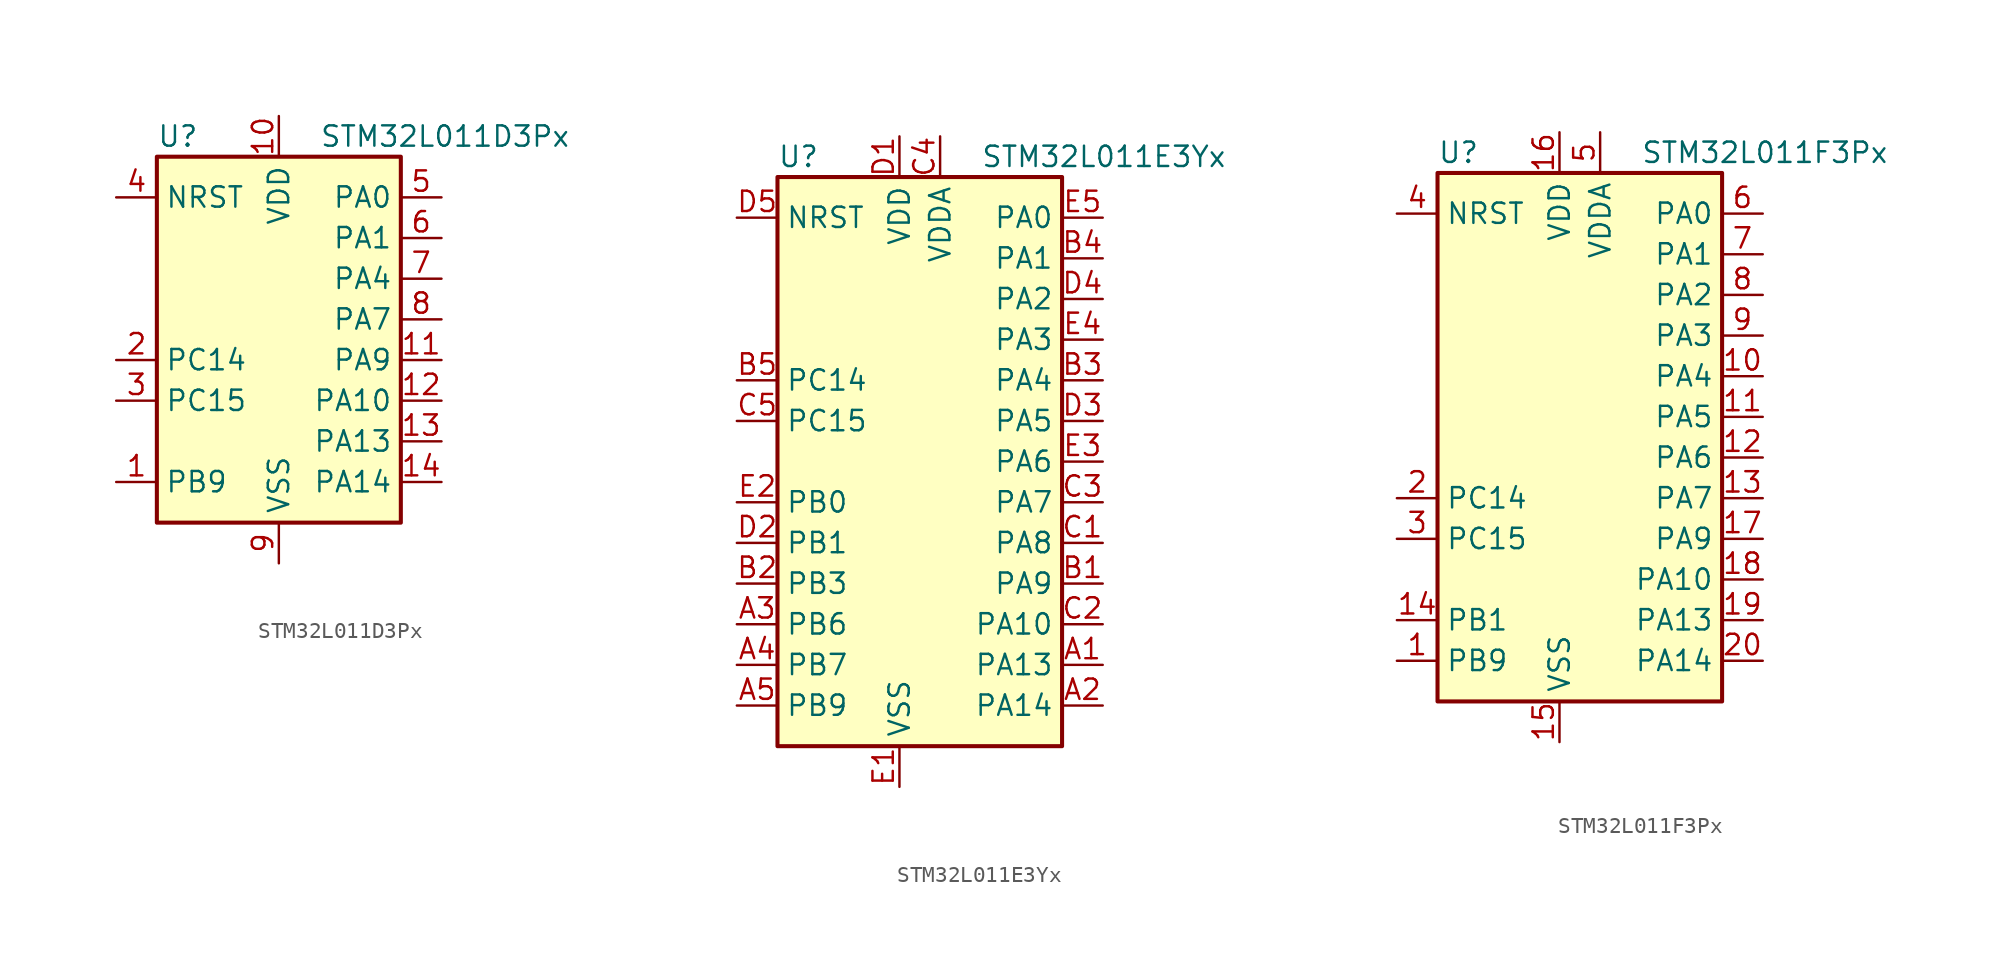
<source format=kicad_sym>
(kicad_symbol_lib
  (version 20201005)
  (generator kicad_symbol_editor)
  (symbol "MCU_ST_STM32L0:STM32L011D3Px"
    (property "Reference" "U"
      (at -7.62 11.43 0)
      (effects (font (size 1.27 1.27)) (justify left)))
    (property "Value" "STM32L011D3Px"
      (at 2.54 11.43 0)
      (effects (font (size 1.27 1.27)) (justify left)))
    (symbol "STM32L011D3Px_0_1"
      (rectangle (start -7.62 -12.7) (end 7.62 10.16) (stroke (width 0.254)) (fill (type background))))
    (symbol "STM32L011D3Px_1_1"
      (pin input line (at -10.16 7.62 0) (length 2.54) (name "NRST" (effects (font (size 1.27 1.27)))) (number "4" (effects (font (size 1.27 1.27)))))
      (pin bidirectional line (at 10.16 7.62 180) (length 2.54) (name "PA0" (effects (font (size 1.27 1.27)))) (number "5" (effects (font (size 1.27 1.27)))))
      (pin bidirectional line (at 10.16 5.08 180) (length 2.54) (name "PA1" (effects (font (size 1.27 1.27)))) (number "6" (effects (font (size 1.27 1.27)))))
      (pin bidirectional line (at 10.16 -5.08 180) (length 2.54) (name "PA10" (effects (font (size 1.27 1.27)))) (number "12" (effects (font (size 1.27 1.27)))))
      (pin bidirectional line (at 10.16 -7.62 180) (length 2.54) (name "PA13" (effects (font (size 1.27 1.27)))) (number "13" (effects (font (size 1.27 1.27)))))
      (pin bidirectional line (at 10.16 -10.16 180) (length 2.54) (name "PA14" (effects (font (size 1.27 1.27)))) (number "14" (effects (font (size 1.27 1.27)))))
      (pin bidirectional line (at 10.16 2.54 180) (length 2.54) (name "PA4" (effects (font (size 1.27 1.27)))) (number "7" (effects (font (size 1.27 1.27)))))
      (pin bidirectional line (at 10.16 0 180) (length 2.54) (name "PA7" (effects (font (size 1.27 1.27)))) (number "8" (effects (font (size 1.27 1.27)))))
      (pin bidirectional line (at 10.16 -2.54 180) (length 2.54) (name "PA9" (effects (font (size 1.27 1.27)))) (number "11" (effects (font (size 1.27 1.27)))))
      (pin bidirectional line (at -10.16 -10.16 0) (length 2.54) (name "PB9" (effects (font (size 1.27 1.27)))) (number "1" (effects (font (size 1.27 1.27)))))
      (pin bidirectional line (at -10.16 -2.54 0) (length 2.54) (name "PC14" (effects (font (size 1.27 1.27)))) (number "2" (effects (font (size 1.27 1.27)))))
      (pin bidirectional line (at -10.16 -5.08 0) (length 2.54) (name "PC15" (effects (font (size 1.27 1.27)))) (number "3" (effects (font (size 1.27 1.27)))))
      (pin power_in line (at 0 12.7 270) (length 2.54) (name "VDD" (effects (font (size 1.27 1.27)))) (number "10" (effects (font (size 1.27 1.27)))))
      (pin power_in line (at 0 -15.24 90) (length 2.54) (name "VSS" (effects (font (size 1.27 1.27)))) (number "9" (effects (font (size 1.27 1.27)))))))
  (symbol "MCU_ST_STM32L0:STM32L011E3Yx"
    (property "Reference" "U"
      (at -10.16 19.05 0)
      (effects (font (size 1.27 1.27)) (justify left)))
    (property "Value" "STM32L011E3Yx"
      (at 2.54 19.05 0)
      (effects (font (size 1.27 1.27)) (justify left)))
    (symbol "STM32L011E3Yx_0_1"
      (rectangle (start -10.16 -17.78) (end 7.62 17.78) (stroke (width 0.254)) (fill (type background))))
    (symbol "STM32L011E3Yx_1_1"
      (pin input line (at -12.7 15.24 0) (length 2.54) (name "NRST" (effects (font (size 1.27 1.27)))) (number "D5" (effects (font (size 1.27 1.27)))))
      (pin bidirectional line (at 10.16 15.24 180) (length 2.54) (name "PA0" (effects (font (size 1.27 1.27)))) (number "E5" (effects (font (size 1.27 1.27)))))
      (pin bidirectional line (at 10.16 12.7 180) (length 2.54) (name "PA1" (effects (font (size 1.27 1.27)))) (number "B4" (effects (font (size 1.27 1.27)))))
      (pin bidirectional line (at 10.16 -10.16 180) (length 2.54) (name "PA10" (effects (font (size 1.27 1.27)))) (number "C2" (effects (font (size 1.27 1.27)))))
      (pin bidirectional line (at 10.16 -12.7 180) (length 2.54) (name "PA13" (effects (font (size 1.27 1.27)))) (number "A1" (effects (font (size 1.27 1.27)))))
      (pin bidirectional line (at 10.16 -15.24 180) (length 2.54) (name "PA14" (effects (font (size 1.27 1.27)))) (number "A2" (effects (font (size 1.27 1.27)))))
      (pin bidirectional line (at 10.16 10.16 180) (length 2.54) (name "PA2" (effects (font (size 1.27 1.27)))) (number "D4" (effects (font (size 1.27 1.27)))))
      (pin bidirectional line (at 10.16 7.62 180) (length 2.54) (name "PA3" (effects (font (size 1.27 1.27)))) (number "E4" (effects (font (size 1.27 1.27)))))
      (pin bidirectional line (at 10.16 5.08 180) (length 2.54) (name "PA4" (effects (font (size 1.27 1.27)))) (number "B3" (effects (font (size 1.27 1.27)))))
      (pin bidirectional line (at 10.16 2.54 180) (length 2.54) (name "PA5" (effects (font (size 1.27 1.27)))) (number "D3" (effects (font (size 1.27 1.27)))))
      (pin bidirectional line (at 10.16 0 180) (length 2.54) (name "PA6" (effects (font (size 1.27 1.27)))) (number "E3" (effects (font (size 1.27 1.27)))))
      (pin bidirectional line (at 10.16 -2.54 180) (length 2.54) (name "PA7" (effects (font (size 1.27 1.27)))) (number "C3" (effects (font (size 1.27 1.27)))))
      (pin bidirectional line (at 10.16 -5.08 180) (length 2.54) (name "PA8" (effects (font (size 1.27 1.27)))) (number "C1" (effects (font (size 1.27 1.27)))))
      (pin bidirectional line (at 10.16 -7.62 180) (length 2.54) (name "PA9" (effects (font (size 1.27 1.27)))) (number "B1" (effects (font (size 1.27 1.27)))))
      (pin bidirectional line (at -12.7 -2.54 0) (length 2.54) (name "PB0" (effects (font (size 1.27 1.27)))) (number "E2" (effects (font (size 1.27 1.27)))))
      (pin bidirectional line (at -12.7 -5.08 0) (length 2.54) (name "PB1" (effects (font (size 1.27 1.27)))) (number "D2" (effects (font (size 1.27 1.27)))))
      (pin bidirectional line (at -12.7 -7.62 0) (length 2.54) (name "PB3" (effects (font (size 1.27 1.27)))) (number "B2" (effects (font (size 1.27 1.27)))))
      (pin bidirectional line (at -12.7 -10.16 0) (length 2.54) (name "PB6" (effects (font (size 1.27 1.27)))) (number "A3" (effects (font (size 1.27 1.27)))))
      (pin bidirectional line (at -12.7 -12.7 0) (length 2.54) (name "PB7" (effects (font (size 1.27 1.27)))) (number "A4" (effects (font (size 1.27 1.27)))))
      (pin bidirectional line (at -12.7 -15.24 0) (length 2.54) (name "PB9" (effects (font (size 1.27 1.27)))) (number "A5" (effects (font (size 1.27 1.27)))))
      (pin bidirectional line (at -12.7 5.08 0) (length 2.54) (name "PC14" (effects (font (size 1.27 1.27)))) (number "B5" (effects (font (size 1.27 1.27)))))
      (pin bidirectional line (at -12.7 2.54 0) (length 2.54) (name "PC15" (effects (font (size 1.27 1.27)))) (number "C5" (effects (font (size 1.27 1.27)))))
      (pin power_in line (at -2.54 20.32 270) (length 2.54) (name "VDD" (effects (font (size 1.27 1.27)))) (number "D1" (effects (font (size 1.27 1.27)))))
      (pin power_in line (at 0 20.32 270) (length 2.54) (name "VDDA" (effects (font (size 1.27 1.27)))) (number "C4" (effects (font (size 1.27 1.27)))))
      (pin power_in line (at -2.54 -20.32 90) (length 2.54) (name "VSS" (effects (font (size 1.27 1.27)))) (number "E1" (effects (font (size 1.27 1.27)))))))
  (symbol "MCU_ST_STM32L0:STM32L011F3Px"
    (property "Reference" "U"
      (at -10.16 16.51 0)
      (effects (font (size 1.27 1.27)) (justify left)))
    (property "Value" "STM32L011F3Px"
      (at 2.54 16.51 0)
      (effects (font (size 1.27 1.27)) (justify left)))
    (symbol "STM32L011F3Px_0_1"
      (rectangle (start -10.16 -17.78) (end 7.62 15.24) (stroke (width 0.254)) (fill (type background))))
    (symbol "STM32L011F3Px_1_1"
      (pin input line (at -12.7 12.7 0) (length 2.54) (name "NRST" (effects (font (size 1.27 1.27)))) (number "4" (effects (font (size 1.27 1.27)))))
      (pin bidirectional line (at 10.16 12.7 180) (length 2.54) (name "PA0" (effects (font (size 1.27 1.27)))) (number "6" (effects (font (size 1.27 1.27)))))
      (pin bidirectional line (at 10.16 10.16 180) (length 2.54) (name "PA1" (effects (font (size 1.27 1.27)))) (number "7" (effects (font (size 1.27 1.27)))))
      (pin bidirectional line (at 10.16 -10.16 180) (length 2.54) (name "PA10" (effects (font (size 1.27 1.27)))) (number "18" (effects (font (size 1.27 1.27)))))
      (pin bidirectional line (at 10.16 -12.7 180) (length 2.54) (name "PA13" (effects (font (size 1.27 1.27)))) (number "19" (effects (font (size 1.27 1.27)))))
      (pin bidirectional line (at 10.16 -15.24 180) (length 2.54) (name "PA14" (effects (font (size 1.27 1.27)))) (number "20" (effects (font (size 1.27 1.27)))))
      (pin bidirectional line (at 10.16 7.62 180) (length 2.54) (name "PA2" (effects (font (size 1.27 1.27)))) (number "8" (effects (font (size 1.27 1.27)))))
      (pin bidirectional line (at 10.16 5.08 180) (length 2.54) (name "PA3" (effects (font (size 1.27 1.27)))) (number "9" (effects (font (size 1.27 1.27)))))
      (pin bidirectional line (at 10.16 2.54 180) (length 2.54) (name "PA4" (effects (font (size 1.27 1.27)))) (number "10" (effects (font (size 1.27 1.27)))))
      (pin bidirectional line (at 10.16 0 180) (length 2.54) (name "PA5" (effects (font (size 1.27 1.27)))) (number "11" (effects (font (size 1.27 1.27)))))
      (pin bidirectional line (at 10.16 -2.54 180) (length 2.54) (name "PA6" (effects (font (size 1.27 1.27)))) (number "12" (effects (font (size 1.27 1.27)))))
      (pin bidirectional line (at 10.16 -5.08 180) (length 2.54) (name "PA7" (effects (font (size 1.27 1.27)))) (number "13" (effects (font (size 1.27 1.27)))))
      (pin bidirectional line (at 10.16 -7.62 180) (length 2.54) (name "PA9" (effects (font (size 1.27 1.27)))) (number "17" (effects (font (size 1.27 1.27)))))
      (pin bidirectional line (at -12.7 -12.7 0) (length 2.54) (name "PB1" (effects (font (size 1.27 1.27)))) (number "14" (effects (font (size 1.27 1.27)))))
      (pin bidirectional line (at -12.7 -15.24 0) (length 2.54) (name "PB9" (effects (font (size 1.27 1.27)))) (number "1" (effects (font (size 1.27 1.27)))))
      (pin bidirectional line (at -12.7 -5.08 0) (length 2.54) (name "PC14" (effects (font (size 1.27 1.27)))) (number "2" (effects (font (size 1.27 1.27)))))
      (pin bidirectional line (at -12.7 -7.62 0) (length 2.54) (name "PC15" (effects (font (size 1.27 1.27)))) (number "3" (effects (font (size 1.27 1.27)))))
      (pin power_in line (at -2.54 17.78 270) (length 2.54) (name "VDD" (effects (font (size 1.27 1.27)))) (number "16" (effects (font (size 1.27 1.27)))))
      (pin power_in line (at 0 17.78 270) (length 2.54) (name "VDDA" (effects (font (size 1.27 1.27)))) (number "5" (effects (font (size 1.27 1.27)))))
      (pin power_in line (at -2.54 -20.32 90) (length 2.54) (name "VSS" (effects (font (size 1.27 1.27)))) (number "15" (effects (font (size 1.27 1.27))))))))
</source>
